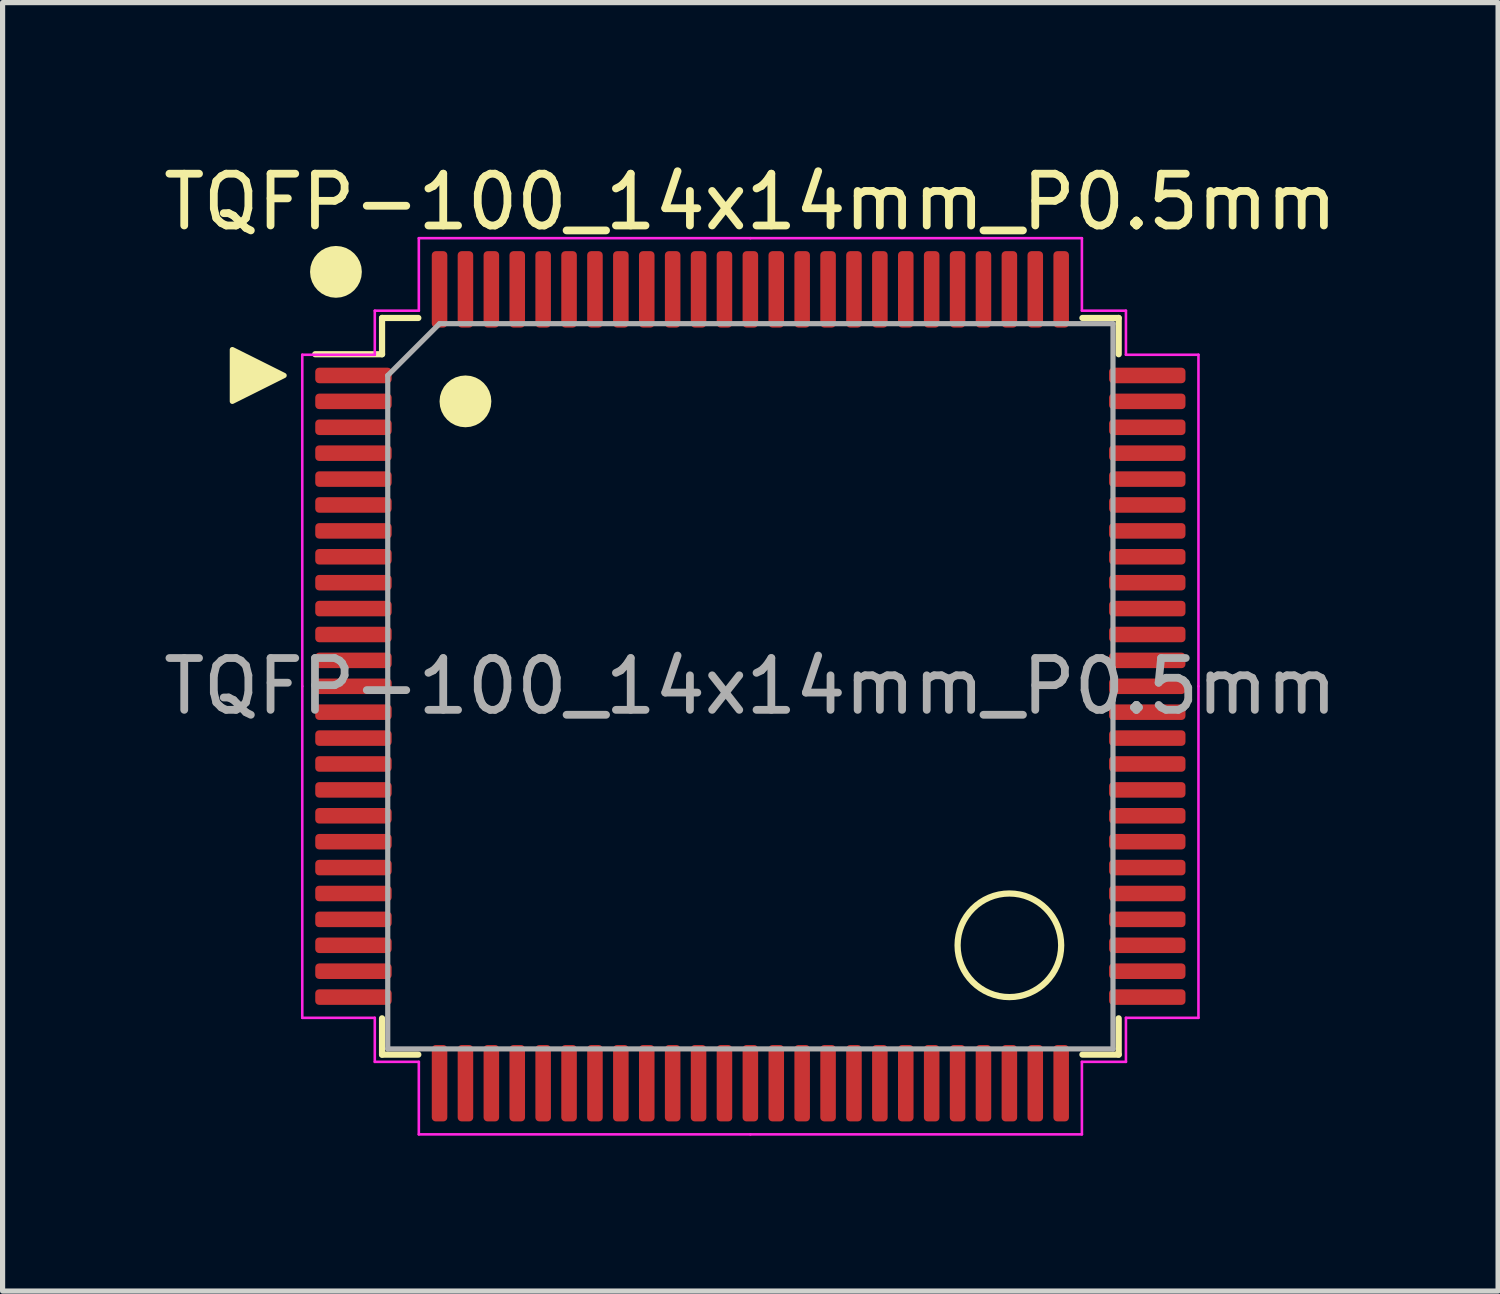
<source format=kicad_pcb>
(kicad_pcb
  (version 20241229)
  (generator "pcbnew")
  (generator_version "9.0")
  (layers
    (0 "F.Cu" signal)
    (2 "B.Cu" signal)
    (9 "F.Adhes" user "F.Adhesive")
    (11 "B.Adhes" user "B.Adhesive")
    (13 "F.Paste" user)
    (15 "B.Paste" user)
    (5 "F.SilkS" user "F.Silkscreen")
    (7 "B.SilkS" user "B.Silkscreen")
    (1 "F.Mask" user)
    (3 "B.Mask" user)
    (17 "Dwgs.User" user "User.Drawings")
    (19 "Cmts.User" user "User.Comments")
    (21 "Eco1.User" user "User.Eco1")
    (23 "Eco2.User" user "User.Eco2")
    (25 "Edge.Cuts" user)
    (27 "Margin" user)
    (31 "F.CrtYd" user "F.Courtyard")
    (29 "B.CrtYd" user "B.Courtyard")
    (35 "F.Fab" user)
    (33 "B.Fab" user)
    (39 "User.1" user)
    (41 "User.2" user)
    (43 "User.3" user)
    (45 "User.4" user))
  (footprint "TQFP-100_14x14mm_P0.5mm"
    (layer "F.Cu")
    (at 11.435 10.198)
    (property "Reference" "TQFP-100_14x14mm_P0.5mm" (at 0 -9.35 0) (layer "F.SilkS") (effects (font (size 1 1) (thickness 0.15))))
    (attr smd)
    (fp_line (start -7.11 -7.11) (end -7.11 -6.41) (stroke (width 0.12) (type solid)) (layer "F.SilkS"))
    (fp_line (start -7.11 -6.41) (end -8.4 -6.41) (stroke (width 0.12) (type solid)) (layer "F.SilkS"))
    (fp_line (start -7.11 7.11) (end -7.11 6.41) (stroke (width 0.12) (type solid)) (layer "F.SilkS"))
    (fp_line (start -6.41 -7.11) (end -7.11 -7.11) (stroke (width 0.12) (type solid)) (layer "F.SilkS"))
    (fp_line (start -6.41 7.11) (end -7.11 7.11) (stroke (width 0.12) (type solid)) (layer "F.SilkS"))
    (fp_line (start 6.41 -7.11) (end 7.11 -7.11) (stroke (width 0.12) (type solid)) (layer "F.SilkS"))
    (fp_line (start 6.41 7.11) (end 7.11 7.11) (stroke (width 0.12) (type solid)) (layer "F.SilkS"))
    (fp_line (start 7.11 -7.11) (end 7.11 -6.41) (stroke (width 0.12) (type solid)) (layer "F.SilkS"))
    (fp_line (start 7.11 7.11) (end 7.11 6.41) (stroke (width 0.12) (type solid)) (layer "F.SilkS"))
    (fp_circle (center -8 -8) (end -7.75 -8) (stroke (width 0.5) (type solid)) (fill no) (layer "F.SilkS"))
    (fp_circle (center -5.5 -5.5) (end -5.25 -5.5) (stroke (width 0.5) (type solid)) (fill no) (layer "F.SilkS"))
    (fp_circle (center 5 5) (end 6 5) (stroke (width 0.12) (type solid)) (fill no) (layer "F.SilkS"))
    (fp_poly (pts (xy -10 -6.5) (xy -9 -6) (xy -10 -5.5)) (stroke (width 0.1) (type solid)) (fill yes) (layer "F.SilkS"))
    (fp_line (start -8.65 -6.4) (end -8.65 0) (stroke (width 0.05) (type solid)) (layer "F.CrtYd"))
    (fp_line (start -8.65 6.4) (end -8.65 0) (stroke (width 0.05) (type solid)) (layer "F.CrtYd"))
    (fp_line (start -7.25 -7.25) (end -7.25 -6.4) (stroke (width 0.05) (type solid)) (layer "F.CrtYd"))
    (fp_line (start -7.25 -6.4) (end -8.65 -6.4) (stroke (width 0.05) (type solid)) (layer "F.CrtYd"))
    (fp_line (start -7.25 6.4) (end -8.65 6.4) (stroke (width 0.05) (type solid)) (layer "F.CrtYd"))
    (fp_line (start -7.25 7.25) (end -7.25 6.4) (stroke (width 0.05) (type solid)) (layer "F.CrtYd"))
    (fp_line (start -6.4 -8.65) (end -6.4 -7.25) (stroke (width 0.05) (type solid)) (layer "F.CrtYd"))
    (fp_line (start -6.4 -7.25) (end -7.25 -7.25) (stroke (width 0.05) (type solid)) (layer "F.CrtYd"))
    (fp_line (start -6.4 7.25) (end -7.25 7.25) (stroke (width 0.05) (type solid)) (layer "F.CrtYd"))
    (fp_line (start -6.4 8.65) (end -6.4 7.25) (stroke (width 0.05) (type solid)) (layer "F.CrtYd"))
    (fp_line (start 0 -8.65) (end -6.4 -8.65) (stroke (width 0.05) (type solid)) (layer "F.CrtYd"))
    (fp_line (start 0 -8.65) (end 6.4 -8.65) (stroke (width 0.05) (type solid)) (layer "F.CrtYd"))
    (fp_line (start 0 8.65) (end -6.4 8.65) (stroke (width 0.05) (type solid)) (layer "F.CrtYd"))
    (fp_line (start 0 8.65) (end 6.4 8.65) (stroke (width 0.05) (type solid)) (layer "F.CrtYd"))
    (fp_line (start 6.4 -8.65) (end 6.4 -7.25) (stroke (width 0.05) (type solid)) (layer "F.CrtYd"))
    (fp_line (start 6.4 -7.25) (end 7.25 -7.25) (stroke (width 0.05) (type solid)) (layer "F.CrtYd"))
    (fp_line (start 6.4 7.25) (end 7.25 7.25) (stroke (width 0.05) (type solid)) (layer "F.CrtYd"))
    (fp_line (start 6.4 8.65) (end 6.4 7.25) (stroke (width 0.05) (type solid)) (layer "F.CrtYd"))
    (fp_line (start 7.25 -7.25) (end 7.25 -6.4) (stroke (width 0.05) (type solid)) (layer "F.CrtYd"))
    (fp_line (start 7.25 -6.4) (end 8.65 -6.4) (stroke (width 0.05) (type solid)) (layer "F.CrtYd"))
    (fp_line (start 7.25 6.4) (end 8.65 6.4) (stroke (width 0.05) (type solid)) (layer "F.CrtYd"))
    (fp_line (start 7.25 7.25) (end 7.25 6.4) (stroke (width 0.05) (type solid)) (layer "F.CrtYd"))
    (fp_line (start 8.65 -6.4) (end 8.65 0) (stroke (width 0.05) (type solid)) (layer "F.CrtYd"))
    (fp_line (start 8.65 6.4) (end 8.65 0) (stroke (width 0.05) (type solid)) (layer "F.CrtYd"))
    (fp_line (start -7 -6) (end -6 -7) (stroke (width 0.1) (type solid)) (layer "F.Fab"))
    (fp_line (start -7 7) (end -7 -6) (stroke (width 0.1) (type solid)) (layer "F.Fab"))
    (fp_line (start -6 -7) (end 7 -7) (stroke (width 0.1) (type solid)) (layer "F.Fab"))
    (fp_line (start 7 -7) (end 7 7) (stroke (width 0.1) (type solid)) (layer "F.Fab"))
    (fp_line (start 7 7) (end -7 7) (stroke (width 0.1) (type solid)) (layer "F.Fab"))
    (fp_text user "${REFERENCE}" (at 0 0 0) (layer "F.Fab") (effects (font (size 1 1) (thickness 0.15))))
    (pad "1" smd roundrect (at -7.662 -6) (size 1.475 0.3) (layers "F.Cu" "F.Mask" "F.Paste") (roundrect_rratio 0.25))
    (pad "2" smd roundrect (at -7.662 -5.5) (size 1.475 0.3) (layers "F.Cu" "F.Mask" "F.Paste") (roundrect_rratio 0.25))
    (pad "3" smd roundrect (at -7.662 -5) (size 1.475 0.3) (layers "F.Cu" "F.Mask" "F.Paste") (roundrect_rratio 0.25))
    (pad "4" smd roundrect (at -7.662 -4.5) (size 1.475 0.3) (layers "F.Cu" "F.Mask" "F.Paste") (roundrect_rratio 0.25))
    (pad "5" smd roundrect (at -7.662 -4) (size 1.475 0.3) (layers "F.Cu" "F.Mask" "F.Paste") (roundrect_rratio 0.25))
    (pad "6" smd roundrect (at -7.662 -3.5) (size 1.475 0.3) (layers "F.Cu" "F.Mask" "F.Paste") (roundrect_rratio 0.25))
    (pad "7" smd roundrect (at -7.662 -3) (size 1.475 0.3) (layers "F.Cu" "F.Mask" "F.Paste") (roundrect_rratio 0.25))
    (pad "8" smd roundrect (at -7.662 -2.5) (size 1.475 0.3) (layers "F.Cu" "F.Mask" "F.Paste") (roundrect_rratio 0.25))
    (pad "9" smd roundrect (at -7.662 -2) (size 1.475 0.3) (layers "F.Cu" "F.Mask" "F.Paste") (roundrect_rratio 0.25))
    (pad "10" smd roundrect (at -7.662 -1.5) (size 1.475 0.3) (layers "F.Cu" "F.Mask" "F.Paste") (roundrect_rratio 0.25))
    (pad "11" smd roundrect (at -7.662 -1) (size 1.475 0.3) (layers "F.Cu" "F.Mask" "F.Paste") (roundrect_rratio 0.25))
    (pad "12" smd roundrect (at -7.662 -0.5) (size 1.475 0.3) (layers "F.Cu" "F.Mask" "F.Paste") (roundrect_rratio 0.25))
    (pad "13" smd roundrect (at -7.662 0) (size 1.475 0.3) (layers "F.Cu" "F.Mask" "F.Paste") (roundrect_rratio 0.25))
    (pad "14" smd roundrect (at -7.662 0.5) (size 1.475 0.3) (layers "F.Cu" "F.Mask" "F.Paste") (roundrect_rratio 0.25))
    (pad "15" smd roundrect (at -7.662 1) (size 1.475 0.3) (layers "F.Cu" "F.Mask" "F.Paste") (roundrect_rratio 0.25))
    (pad "16" smd roundrect (at -7.662 1.5) (size 1.475 0.3) (layers "F.Cu" "F.Mask" "F.Paste") (roundrect_rratio 0.25))
    (pad "17" smd roundrect (at -7.662 2) (size 1.475 0.3) (layers "F.Cu" "F.Mask" "F.Paste") (roundrect_rratio 0.25))
    (pad "18" smd roundrect (at -7.662 2.5) (size 1.475 0.3) (layers "F.Cu" "F.Mask" "F.Paste") (roundrect_rratio 0.25))
    (pad "19" smd roundrect (at -7.662 3) (size 1.475 0.3) (layers "F.Cu" "F.Mask" "F.Paste") (roundrect_rratio 0.25))
    (pad "20" smd roundrect (at -7.662 3.5) (size 1.475 0.3) (layers "F.Cu" "F.Mask" "F.Paste") (roundrect_rratio 0.25))
    (pad "21" smd roundrect (at -7.662 4) (size 1.475 0.3) (layers "F.Cu" "F.Mask" "F.Paste") (roundrect_rratio 0.25))
    (pad "22" smd roundrect (at -7.662 4.5) (size 1.475 0.3) (layers "F.Cu" "F.Mask" "F.Paste") (roundrect_rratio 0.25))
    (pad "23" smd roundrect (at -7.662 5) (size 1.475 0.3) (layers "F.Cu" "F.Mask" "F.Paste") (roundrect_rratio 0.25))
    (pad "24" smd roundrect (at -7.662 5.5) (size 1.475 0.3) (layers "F.Cu" "F.Mask" "F.Paste") (roundrect_rratio 0.25))
    (pad "25" smd roundrect (at -7.662 6) (size 1.475 0.3) (layers "F.Cu" "F.Mask" "F.Paste") (roundrect_rratio 0.25))
    (pad "26" smd roundrect (at -6 7.662) (size 0.3 1.475) (layers "F.Cu" "F.Mask" "F.Paste") (roundrect_rratio 0.25))
    (pad "27" smd roundrect (at -5.5 7.662) (size 0.3 1.475) (layers "F.Cu" "F.Mask" "F.Paste") (roundrect_rratio 0.25))
    (pad "28" smd roundrect (at -5 7.662) (size 0.3 1.475) (layers "F.Cu" "F.Mask" "F.Paste") (roundrect_rratio 0.25))
    (pad "29" smd roundrect (at -4.5 7.662) (size 0.3 1.475) (layers "F.Cu" "F.Mask" "F.Paste") (roundrect_rratio 0.25))
    (pad "30" smd roundrect (at -4 7.662) (size 0.3 1.475) (layers "F.Cu" "F.Mask" "F.Paste") (roundrect_rratio 0.25))
    (pad "31" smd roundrect (at -3.5 7.662) (size 0.3 1.475) (layers "F.Cu" "F.Mask" "F.Paste") (roundrect_rratio 0.25))
    (pad "32" smd roundrect (at -3 7.662) (size 0.3 1.475) (layers "F.Cu" "F.Mask" "F.Paste") (roundrect_rratio 0.25))
    (pad "33" smd roundrect (at -2.5 7.662) (size 0.3 1.475) (layers "F.Cu" "F.Mask" "F.Paste") (roundrect_rratio 0.25))
    (pad "34" smd roundrect (at -2 7.662) (size 0.3 1.475) (layers "F.Cu" "F.Mask" "F.Paste") (roundrect_rratio 0.25))
    (pad "35" smd roundrect (at -1.5 7.662) (size 0.3 1.475) (layers "F.Cu" "F.Mask" "F.Paste") (roundrect_rratio 0.25))
    (pad "36" smd roundrect (at -1 7.662) (size 0.3 1.475) (layers "F.Cu" "F.Mask" "F.Paste") (roundrect_rratio 0.25))
    (pad "37" smd roundrect (at -0.5 7.662) (size 0.3 1.475) (layers "F.Cu" "F.Mask" "F.Paste") (roundrect_rratio 0.25))
    (pad "38" smd roundrect (at 0 7.662) (size 0.3 1.475) (layers "F.Cu" "F.Mask" "F.Paste") (roundrect_rratio 0.25))
    (pad "39" smd roundrect (at 0.5 7.662) (size 0.3 1.475) (layers "F.Cu" "F.Mask" "F.Paste") (roundrect_rratio 0.25))
    (pad "40" smd roundrect (at 1 7.662) (size 0.3 1.475) (layers "F.Cu" "F.Mask" "F.Paste") (roundrect_rratio 0.25))
    (pad "41" smd roundrect (at 1.5 7.662) (size 0.3 1.475) (layers "F.Cu" "F.Mask" "F.Paste") (roundrect_rratio 0.25))
    (pad "42" smd roundrect (at 2 7.662) (size 0.3 1.475) (layers "F.Cu" "F.Mask" "F.Paste") (roundrect_rratio 0.25))
    (pad "43" smd roundrect (at 2.5 7.662) (size 0.3 1.475) (layers "F.Cu" "F.Mask" "F.Paste") (roundrect_rratio 0.25))
    (pad "44" smd roundrect (at 3 7.662) (size 0.3 1.475) (layers "F.Cu" "F.Mask" "F.Paste") (roundrect_rratio 0.25))
    (pad "45" smd roundrect (at 3.5 7.662) (size 0.3 1.475) (layers "F.Cu" "F.Mask" "F.Paste") (roundrect_rratio 0.25))
    (pad "46" smd roundrect (at 4 7.662) (size 0.3 1.475) (layers "F.Cu" "F.Mask" "F.Paste") (roundrect_rratio 0.25))
    (pad "47" smd roundrect (at 4.5 7.662) (size 0.3 1.475) (layers "F.Cu" "F.Mask" "F.Paste") (roundrect_rratio 0.25))
    (pad "48" smd roundrect (at 5 7.662) (size 0.3 1.475) (layers "F.Cu" "F.Mask" "F.Paste") (roundrect_rratio 0.25))
    (pad "49" smd roundrect (at 5.5 7.662) (size 0.3 1.475) (layers "F.Cu" "F.Mask" "F.Paste") (roundrect_rratio 0.25))
    (pad "50" smd roundrect (at 6 7.662) (size 0.3 1.475) (layers "F.Cu" "F.Mask" "F.Paste") (roundrect_rratio 0.25))
    (pad "51" smd roundrect (at 7.662 6) (size 1.475 0.3) (layers "F.Cu" "F.Mask" "F.Paste") (roundrect_rratio 0.25))
    (pad "52" smd roundrect (at 7.662 5.5) (size 1.475 0.3) (layers "F.Cu" "F.Mask" "F.Paste") (roundrect_rratio 0.25))
    (pad "53" smd roundrect (at 7.662 5) (size 1.475 0.3) (layers "F.Cu" "F.Mask" "F.Paste") (roundrect_rratio 0.25))
    (pad "54" smd roundrect (at 7.662 4.5) (size 1.475 0.3) (layers "F.Cu" "F.Mask" "F.Paste") (roundrect_rratio 0.25))
    (pad "55" smd roundrect (at 7.662 4) (size 1.475 0.3) (layers "F.Cu" "F.Mask" "F.Paste") (roundrect_rratio 0.25))
    (pad "56" smd roundrect (at 7.662 3.5) (size 1.475 0.3) (layers "F.Cu" "F.Mask" "F.Paste") (roundrect_rratio 0.25))
    (pad "57" smd roundrect (at 7.662 3) (size 1.475 0.3) (layers "F.Cu" "F.Mask" "F.Paste") (roundrect_rratio 0.25))
    (pad "58" smd roundrect (at 7.662 2.5) (size 1.475 0.3) (layers "F.Cu" "F.Mask" "F.Paste") (roundrect_rratio 0.25))
    (pad "59" smd roundrect (at 7.662 2) (size 1.475 0.3) (layers "F.Cu" "F.Mask" "F.Paste") (roundrect_rratio 0.25))
    (pad "60" smd roundrect (at 7.662 1.5) (size 1.475 0.3) (layers "F.Cu" "F.Mask" "F.Paste") (roundrect_rratio 0.25))
    (pad "61" smd roundrect (at 7.662 1) (size 1.475 0.3) (layers "F.Cu" "F.Mask" "F.Paste") (roundrect_rratio 0.25))
    (pad "62" smd roundrect (at 7.662 0.5) (size 1.475 0.3) (layers "F.Cu" "F.Mask" "F.Paste") (roundrect_rratio 0.25))
    (pad "63" smd roundrect (at 7.662 0) (size 1.475 0.3) (layers "F.Cu" "F.Mask" "F.Paste") (roundrect_rratio 0.25))
    (pad "64" smd roundrect (at 7.662 -0.5) (size 1.475 0.3) (layers "F.Cu" "F.Mask" "F.Paste") (roundrect_rratio 0.25))
    (pad "65" smd roundrect (at 7.662 -1) (size 1.475 0.3) (layers "F.Cu" "F.Mask" "F.Paste") (roundrect_rratio 0.25))
    (pad "66" smd roundrect (at 7.662 -1.5) (size 1.475 0.3) (layers "F.Cu" "F.Mask" "F.Paste") (roundrect_rratio 0.25))
    (pad "67" smd roundrect (at 7.662 -2) (size 1.475 0.3) (layers "F.Cu" "F.Mask" "F.Paste") (roundrect_rratio 0.25))
    (pad "68" smd roundrect (at 7.662 -2.5) (size 1.475 0.3) (layers "F.Cu" "F.Mask" "F.Paste") (roundrect_rratio 0.25))
    (pad "69" smd roundrect (at 7.662 -3) (size 1.475 0.3) (layers "F.Cu" "F.Mask" "F.Paste") (roundrect_rratio 0.25))
    (pad "70" smd roundrect (at 7.662 -3.5) (size 1.475 0.3) (layers "F.Cu" "F.Mask" "F.Paste") (roundrect_rratio 0.25))
    (pad "71" smd roundrect (at 7.662 -4) (size 1.475 0.3) (layers "F.Cu" "F.Mask" "F.Paste") (roundrect_rratio 0.25))
    (pad "72" smd roundrect (at 7.662 -4.5) (size 1.475 0.3) (layers "F.Cu" "F.Mask" "F.Paste") (roundrect_rratio 0.25))
    (pad "73" smd roundrect (at 7.662 -5) (size 1.475 0.3) (layers "F.Cu" "F.Mask" "F.Paste") (roundrect_rratio 0.25))
    (pad "74" smd roundrect (at 7.662 -5.5) (size 1.475 0.3) (layers "F.Cu" "F.Mask" "F.Paste") (roundrect_rratio 0.25))
    (pad "75" smd roundrect (at 7.662 -6) (size 1.475 0.3) (layers "F.Cu" "F.Mask" "F.Paste") (roundrect_rratio 0.25))
    (pad "76" smd roundrect (at 6 -7.662) (size 0.3 1.475) (layers "F.Cu" "F.Mask" "F.Paste") (roundrect_rratio 0.25))
    (pad "77" smd roundrect (at 5.5 -7.662) (size 0.3 1.475) (layers "F.Cu" "F.Mask" "F.Paste") (roundrect_rratio 0.25))
    (pad "78" smd roundrect (at 5 -7.662) (size 0.3 1.475) (layers "F.Cu" "F.Mask" "F.Paste") (roundrect_rratio 0.25))
    (pad "79" smd roundrect (at 4.5 -7.662) (size 0.3 1.475) (layers "F.Cu" "F.Mask" "F.Paste") (roundrect_rratio 0.25))
    (pad "80" smd roundrect (at 4 -7.662) (size 0.3 1.475) (layers "F.Cu" "F.Mask" "F.Paste") (roundrect_rratio 0.25))
    (pad "81" smd roundrect (at 3.5 -7.662) (size 0.3 1.475) (layers "F.Cu" "F.Mask" "F.Paste") (roundrect_rratio 0.25))
    (pad "82" smd roundrect (at 3 -7.662) (size 0.3 1.475) (layers "F.Cu" "F.Mask" "F.Paste") (roundrect_rratio 0.25))
    (pad "83" smd roundrect (at 2.5 -7.662) (size 0.3 1.475) (layers "F.Cu" "F.Mask" "F.Paste") (roundrect_rratio 0.25))
    (pad "84" smd roundrect (at 2 -7.662) (size 0.3 1.475) (layers "F.Cu" "F.Mask" "F.Paste") (roundrect_rratio 0.25))
    (pad "85" smd roundrect (at 1.5 -7.662) (size 0.3 1.475) (layers "F.Cu" "F.Mask" "F.Paste") (roundrect_rratio 0.25))
    (pad "86" smd roundrect (at 1 -7.662) (size 0.3 1.475) (layers "F.Cu" "F.Mask" "F.Paste") (roundrect_rratio 0.25))
    (pad "87" smd roundrect (at 0.5 -7.662) (size 0.3 1.475) (layers "F.Cu" "F.Mask" "F.Paste") (roundrect_rratio 0.25))
    (pad "88" smd roundrect (at 0 -7.662) (size 0.3 1.475) (layers "F.Cu" "F.Mask" "F.Paste") (roundrect_rratio 0.25))
    (pad "89" smd roundrect (at -0.5 -7.662) (size 0.3 1.475) (layers "F.Cu" "F.Mask" "F.Paste") (roundrect_rratio 0.25))
    (pad "90" smd roundrect (at -1 -7.662) (size 0.3 1.475) (layers "F.Cu" "F.Mask" "F.Paste") (roundrect_rratio 0.25))
    (pad "91" smd roundrect (at -1.5 -7.662) (size 0.3 1.475) (layers "F.Cu" "F.Mask" "F.Paste") (roundrect_rratio 0.25))
    (pad "92" smd roundrect (at -2 -7.662) (size 0.3 1.475) (layers "F.Cu" "F.Mask" "F.Paste") (roundrect_rratio 0.25))
    (pad "93" smd roundrect (at -2.5 -7.662) (size 0.3 1.475) (layers "F.Cu" "F.Mask" "F.Paste") (roundrect_rratio 0.25))
    (pad "94" smd roundrect (at -3 -7.662) (size 0.3 1.475) (layers "F.Cu" "F.Mask" "F.Paste") (roundrect_rratio 0.25))
    (pad "95" smd roundrect (at -3.5 -7.662) (size 0.3 1.475) (layers "F.Cu" "F.Mask" "F.Paste") (roundrect_rratio 0.25))
    (pad "96" smd roundrect (at -4 -7.662) (size 0.3 1.475) (layers "F.Cu" "F.Mask" "F.Paste") (roundrect_rratio 0.25))
    (pad "97" smd roundrect (at -4.5 -7.662) (size 0.3 1.475) (layers "F.Cu" "F.Mask" "F.Paste") (roundrect_rratio 0.25))
    (pad "98" smd roundrect (at -5 -7.662) (size 0.3 1.475) (layers "F.Cu" "F.Mask" "F.Paste") (roundrect_rratio 0.25))
    (pad "99" smd roundrect (at -5.5 -7.662) (size 0.3 1.475) (layers "F.Cu" "F.Mask" "F.Paste") (roundrect_rratio 0.25))
    (pad "100" smd roundrect (at -6 -7.662) (size 0.3 1.475) (layers "F.Cu" "F.Mask" "F.Paste") (roundrect_rratio 0.25)))
  (gr_rect
    (start -3 -3)
    (end 25.869 21.873)
    (stroke (width 0.1) (type default))
    (fill no)
    (layer "Edge.Cuts")))
</source>
